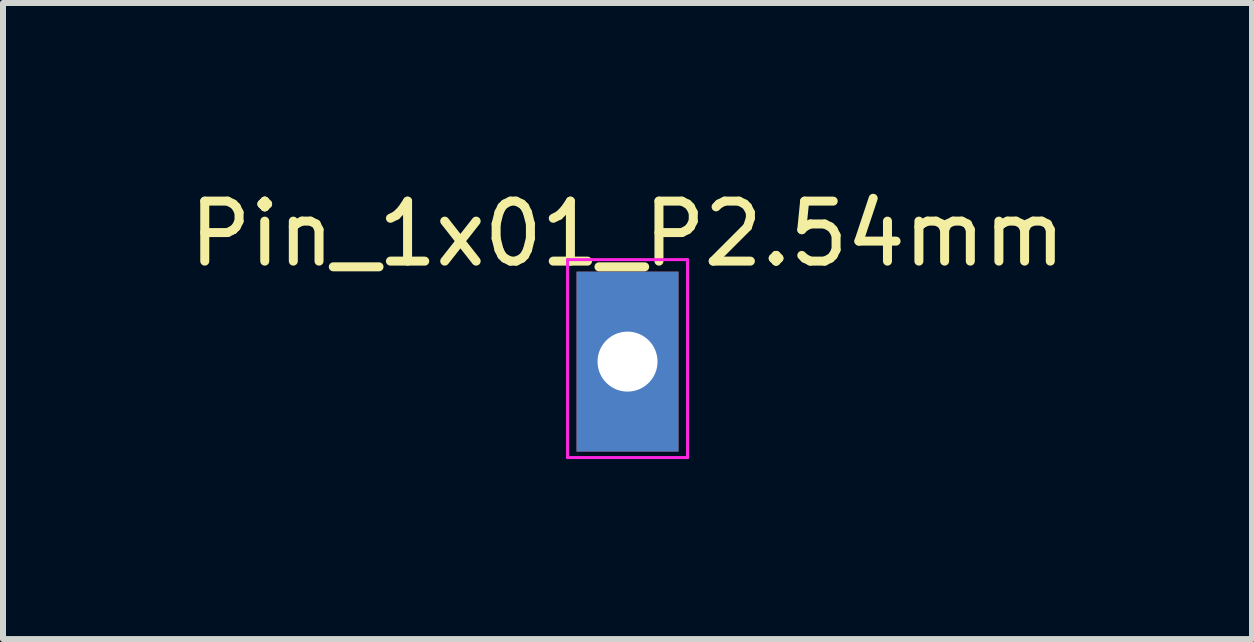
<source format=kicad_pcb>
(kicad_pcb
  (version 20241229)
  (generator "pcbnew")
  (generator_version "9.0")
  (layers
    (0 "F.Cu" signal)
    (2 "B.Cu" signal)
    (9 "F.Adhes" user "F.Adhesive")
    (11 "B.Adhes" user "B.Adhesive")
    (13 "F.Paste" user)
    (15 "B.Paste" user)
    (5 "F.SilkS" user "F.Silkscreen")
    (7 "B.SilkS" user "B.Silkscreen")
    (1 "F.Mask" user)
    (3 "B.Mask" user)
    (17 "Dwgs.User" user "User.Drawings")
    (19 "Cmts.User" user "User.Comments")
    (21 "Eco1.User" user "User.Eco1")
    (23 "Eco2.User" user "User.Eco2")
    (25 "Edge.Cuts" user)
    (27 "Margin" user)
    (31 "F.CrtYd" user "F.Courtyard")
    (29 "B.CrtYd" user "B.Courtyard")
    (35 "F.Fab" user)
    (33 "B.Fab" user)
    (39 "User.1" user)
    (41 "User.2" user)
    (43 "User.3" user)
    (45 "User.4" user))
  (footprint "Pin_1x01_P2.54mm"
    (layer "F.Cu")
    (at 7.411 3.178)
    (property "Reference" "Pin_1x01_P2.54mm" (at 0 -2.33 0) (layer "F.SilkS") (effects (font (size 1 1) (thickness 0.15))))
    (attr through_hole)
    (fp_line (start -1 -1.9) (end -1 1.4) (stroke (width 0.05) (type solid)) (layer "F.CrtYd"))
    (fp_line (start -1 1.4) (end 1 1.4) (stroke (width 0.05) (type solid)) (layer "F.CrtYd"))
    (fp_line (start 1 -1.9) (end -1 -1.9) (stroke (width 0.05) (type solid)) (layer "F.CrtYd"))
    (fp_line (start 1 1.4) (end 1 -1.9) (stroke (width 0.05) (type solid)) (layer "F.CrtYd"))
    (pad "1" thru_hole rect (at 0 -0.2) (size 1.7 3) (drill 1) (layers "*.Cu" "*.Mask")))
  (gr_rect
    (start -3 -3)
    (end 17.821 7.603)
    (stroke (width 0.1) (type default))
    (fill no)
    (layer "Edge.Cuts")))
</source>
